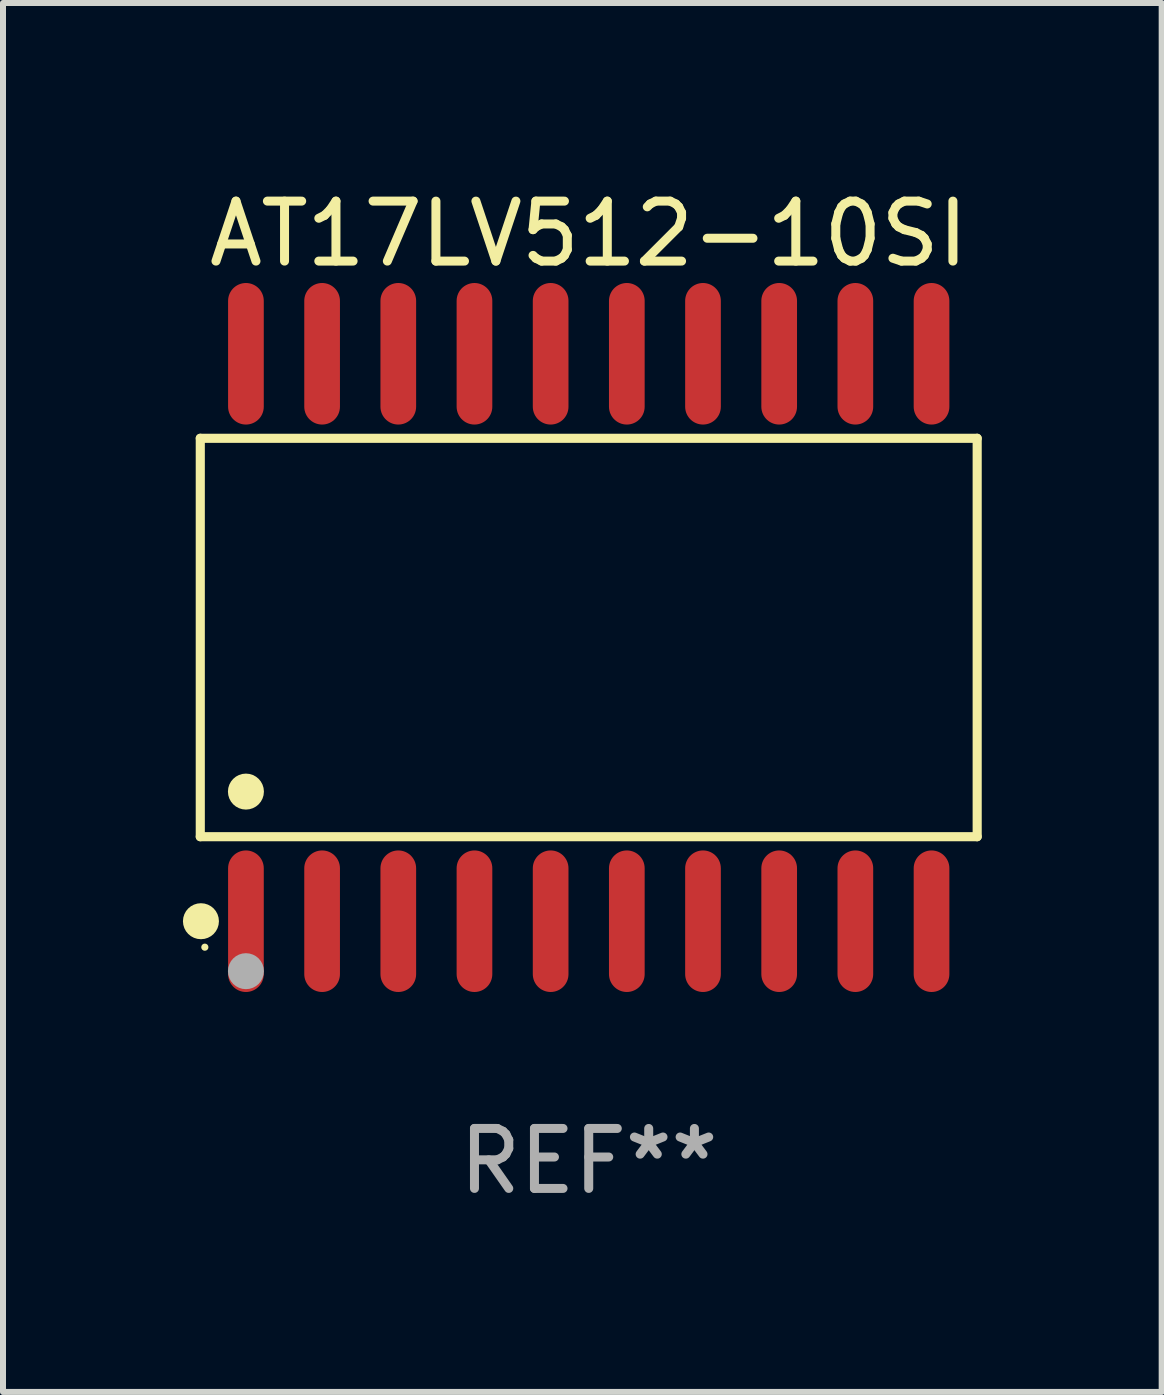
<source format=kicad_pcb>
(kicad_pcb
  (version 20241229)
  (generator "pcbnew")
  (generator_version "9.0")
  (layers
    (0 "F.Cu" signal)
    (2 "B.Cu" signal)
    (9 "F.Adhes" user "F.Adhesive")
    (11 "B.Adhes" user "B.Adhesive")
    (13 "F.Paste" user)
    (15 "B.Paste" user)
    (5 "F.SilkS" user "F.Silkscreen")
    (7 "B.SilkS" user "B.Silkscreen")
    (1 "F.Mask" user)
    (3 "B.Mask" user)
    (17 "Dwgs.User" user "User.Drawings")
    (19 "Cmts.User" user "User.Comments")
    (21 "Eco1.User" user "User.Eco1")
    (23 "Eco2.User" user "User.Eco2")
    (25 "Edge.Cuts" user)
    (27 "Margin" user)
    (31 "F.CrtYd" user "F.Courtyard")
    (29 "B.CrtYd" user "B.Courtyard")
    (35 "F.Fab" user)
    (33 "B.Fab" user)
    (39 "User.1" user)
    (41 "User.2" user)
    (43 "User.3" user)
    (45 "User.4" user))
  (footprint "AT17LV512-10SI"
    (layer "F.Cu")
    (at 6.765 7.578)
    (property "Reference" "AT17LV512-10SI" (at 0 -6.73 0) (layer "F.SilkS") (effects (font (size 1 1) (thickness 0.15))))
    (attr through_hole)
    (fp_line (start -6.476 -3.321) (end 6.476 -3.321) (stroke (width 0.152) (type solid)) (layer "F.SilkS"))
    (fp_line (start -6.476 3.321) (end -6.476 -3.321) (stroke (width 0.152) (type solid)) (layer "F.SilkS"))
    (fp_line (start 6.476 -3.321) (end 6.476 3.321) (stroke (width 0.152) (type solid)) (layer "F.SilkS"))
    (fp_line (start 6.476 3.321) (end -6.476 3.321) (stroke (width 0.152) (type solid)) (layer "F.SilkS"))
    (fp_circle (center -6.465 4.73) (end -6.315 4.73) (stroke (width 0.3) (type solid)) (fill no) (layer "F.SilkS"))
    (fp_circle (center -6.4 5.163) (end -6.37 5.163) (stroke (width 0.06) (type solid)) (fill no) (layer "F.SilkS"))
    (fp_circle (center -5.715 2.569) (end -5.565 2.569) (stroke (width 0.3) (type solid)) (fill no) (layer "F.SilkS"))
    (fp_circle (center -5.715 5.563) (end -5.565 5.563) (stroke (width 0.3) (type solid)) (fill no) (layer "F.Fab"))
    (fp_text user "REF**" (at 0 8.73 0) (layer "F.Fab") (effects (font (size 1 1) (thickness 0.15))))
    (pad "1" smd oval (at -5.715 4.73) (size 0.595 2.36) (layers "F.Cu" "F.Mask" "F.Paste"))
    (pad "2" smd oval (at -4.445 4.73) (size 0.595 2.36) (layers "F.Cu" "F.Mask" "F.Paste"))
    (pad "3" smd oval (at -3.175 4.73) (size 0.595 2.36) (layers "F.Cu" "F.Mask" "F.Paste"))
    (pad "4" smd oval (at -1.905 4.73) (size 0.595 2.36) (layers "F.Cu" "F.Mask" "F.Paste"))
    (pad "5" smd oval (at -0.635 4.73) (size 0.595 2.36) (layers "F.Cu" "F.Mask" "F.Paste"))
    (pad "6" smd oval (at 0.635 4.73) (size 0.595 2.36) (layers "F.Cu" "F.Mask" "F.Paste"))
    (pad "7" smd oval (at 1.905 4.73) (size 0.595 2.36) (layers "F.Cu" "F.Mask" "F.Paste"))
    (pad "8" smd oval (at 3.175 4.73) (size 0.595 2.36) (layers "F.Cu" "F.Mask" "F.Paste"))
    (pad "9" smd oval (at 4.445 4.73) (size 0.595 2.36) (layers "F.Cu" "F.Mask" "F.Paste"))
    (pad "10" smd oval (at 5.715 4.73) (size 0.595 2.36) (layers "F.Cu" "F.Mask" "F.Paste"))
    (pad "11" smd oval (at 5.715 -4.73) (size 0.595 2.36) (layers "F.Cu" "F.Mask" "F.Paste"))
    (pad "12" smd oval (at 4.445 -4.73) (size 0.595 2.36) (layers "F.Cu" "F.Mask" "F.Paste"))
    (pad "13" smd oval (at 3.175 -4.73) (size 0.595 2.36) (layers "F.Cu" "F.Mask" "F.Paste"))
    (pad "14" smd oval (at 1.905 -4.73) (size 0.595 2.36) (layers "F.Cu" "F.Mask" "F.Paste"))
    (pad "15" smd oval (at 0.635 -4.73) (size 0.595 2.36) (layers "F.Cu" "F.Mask" "F.Paste"))
    (pad "16" smd oval (at -0.635 -4.73) (size 0.595 2.36) (layers "F.Cu" "F.Mask" "F.Paste"))
    (pad "17" smd oval (at -1.905 -4.73) (size 0.595 2.36) (layers "F.Cu" "F.Mask" "F.Paste"))
    (pad "18" smd oval (at -3.175 -4.73) (size 0.595 2.36) (layers "F.Cu" "F.Mask" "F.Paste"))
    (pad "19" smd oval (at -4.445 -4.73) (size 0.595 2.36) (layers "F.Cu" "F.Mask" "F.Paste"))
    (pad "20" smd oval (at -5.715 -4.73) (size 0.595 2.36) (layers "F.Cu" "F.Mask" "F.Paste")))
  (gr_rect
    (start -3 -3)
    (end 16.317 20.156)
    (stroke (width 0.1) (type default))
    (fill no)
    (layer "Edge.Cuts")))
</source>
